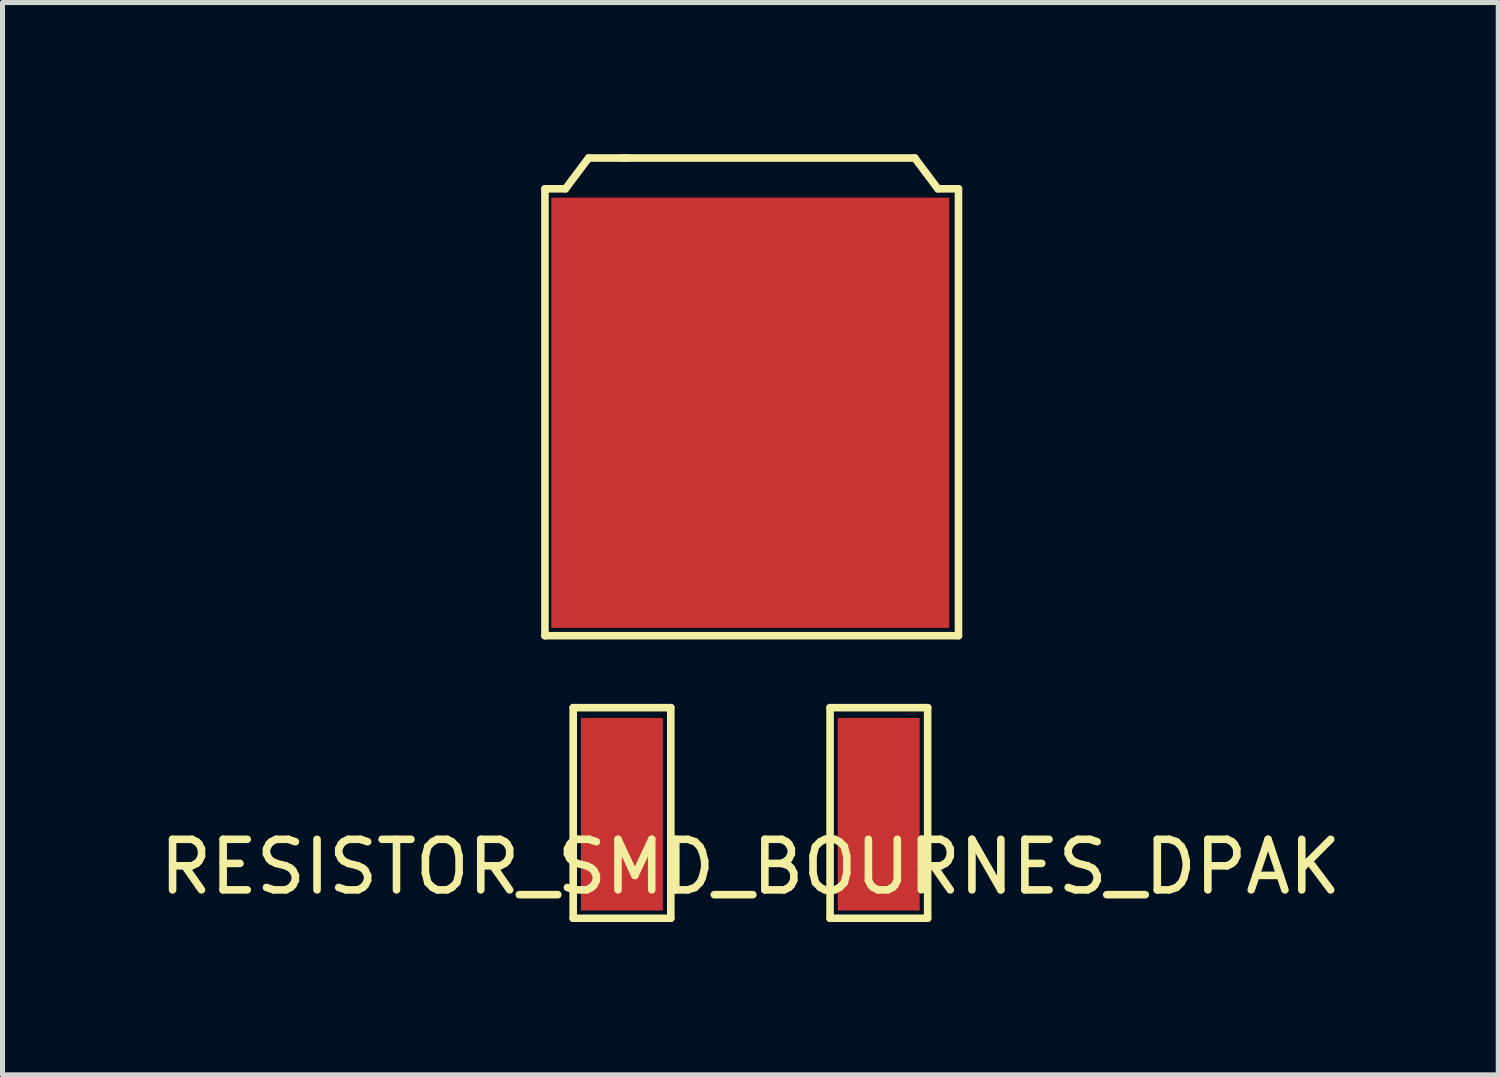
<source format=kicad_pcb>
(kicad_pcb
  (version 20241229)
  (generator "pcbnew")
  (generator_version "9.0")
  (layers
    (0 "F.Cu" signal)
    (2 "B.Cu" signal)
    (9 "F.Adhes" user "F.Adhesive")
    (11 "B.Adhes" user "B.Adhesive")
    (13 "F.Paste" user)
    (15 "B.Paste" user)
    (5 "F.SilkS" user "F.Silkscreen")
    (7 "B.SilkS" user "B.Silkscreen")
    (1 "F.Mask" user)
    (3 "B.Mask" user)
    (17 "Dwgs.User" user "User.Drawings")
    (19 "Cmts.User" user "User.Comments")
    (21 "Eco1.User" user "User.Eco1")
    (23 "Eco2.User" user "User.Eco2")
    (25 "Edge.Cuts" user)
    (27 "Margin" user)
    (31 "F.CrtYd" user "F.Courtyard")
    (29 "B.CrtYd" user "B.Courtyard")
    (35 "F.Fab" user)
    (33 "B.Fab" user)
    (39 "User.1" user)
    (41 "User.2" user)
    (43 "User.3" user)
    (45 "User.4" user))
  (footprint "RESISTOR_SMD_BOURNES_DPAK"
    (layer "F.Cu")
    (at 8.439 14.959)
    (property "Reference" "RESISTOR_SMD_BOURNES_DPAK" (at 3.353 -0.864 0) (layer "F.SilkS") (effects (font (size 1 1) (thickness 0.15))))
    (attr through_hole)
    (fp_line (start -0.711 -5.436) (end -0.711 -14.275) (stroke (width 0.15) (type solid)) (layer "F.SilkS"))
    (fp_line (start -0.711 -5.436) (end 7.468 -5.436) (stroke (width 0.15) (type solid)) (layer "F.SilkS"))
    (fp_line (start -0.305 -14.275) (end -0.711 -14.275) (stroke (width 0.15) (type solid)) (layer "F.SilkS"))
    (fp_line (start -0.305 -14.275) (end 0.152 -14.884) (stroke (width 0.15) (type solid)) (layer "F.SilkS"))
    (fp_line (start -0.152 -4.013) (end 1.778 -4.013) (stroke (width 0.15) (type solid)) (layer "F.SilkS"))
    (fp_line (start -0.152 0.152) (end -0.152 -4.013) (stroke (width 0.15) (type solid)) (layer "F.SilkS"))
    (fp_line (start -0.152 0.152) (end 1.778 0.152) (stroke (width 0.15) (type solid)) (layer "F.SilkS"))
    (fp_line (start 0.152 -14.884) (end 6.604 -14.884) (stroke (width 0.15) (type solid)) (layer "F.SilkS"))
    (fp_line (start 0.914 -14.884) (end 0.813 -14.884) (stroke (width 0.15) (type solid)) (layer "F.SilkS"))
    (fp_line (start 1.778 0.152) (end 1.778 -4.013) (stroke (width 0.15) (type solid)) (layer "F.SilkS"))
    (fp_line (start 4.928 -4.013) (end 6.858 -4.013) (stroke (width 0.15) (type solid)) (layer "F.SilkS"))
    (fp_line (start 4.928 0.152) (end 4.928 -4.013) (stroke (width 0.15) (type solid)) (layer "F.SilkS"))
    (fp_line (start 4.928 0.152) (end 6.858 0.152) (stroke (width 0.15) (type solid)) (layer "F.SilkS"))
    (fp_line (start 6.858 0.152) (end 6.858 -4.013) (stroke (width 0.15) (type solid)) (layer "F.SilkS"))
    (fp_line (start 7.061 -14.275) (end 6.604 -14.884) (stroke (width 0.15) (type solid)) (layer "F.SilkS"))
    (fp_line (start 7.468 -14.275) (end 7.061 -14.275) (stroke (width 0.15) (type solid)) (layer "F.SilkS"))
    (fp_line (start 7.468 -5.436) (end 7.468 -14.275) (stroke (width 0.15) (type solid)) (layer "F.SilkS"))
    (pad "1" smd rect (at 0 0) (size 1.62 3.81) (drill (offset 0.81 -1.905)) (layers "F.Cu" "F.Mask" "F.Paste"))
    (pad "2" smd rect (at 5.08 0) (size 1.62 3.81) (drill (offset 0.81 -1.905)) (layers "F.Cu" "F.Mask" "F.Paste"))
    (pad "3" smd rect (at -0.585 -5.59) (size 7.87 8.51) (drill (offset 3.935 -4.255)) (layers "F.Cu" "F.Mask" "F.Paste")))
  (gr_rect
    (start -3 -3)
    (end 26.583 18.209)
    (stroke (width 0.1) (type default))
    (fill no)
    (layer "Edge.Cuts")))
</source>
